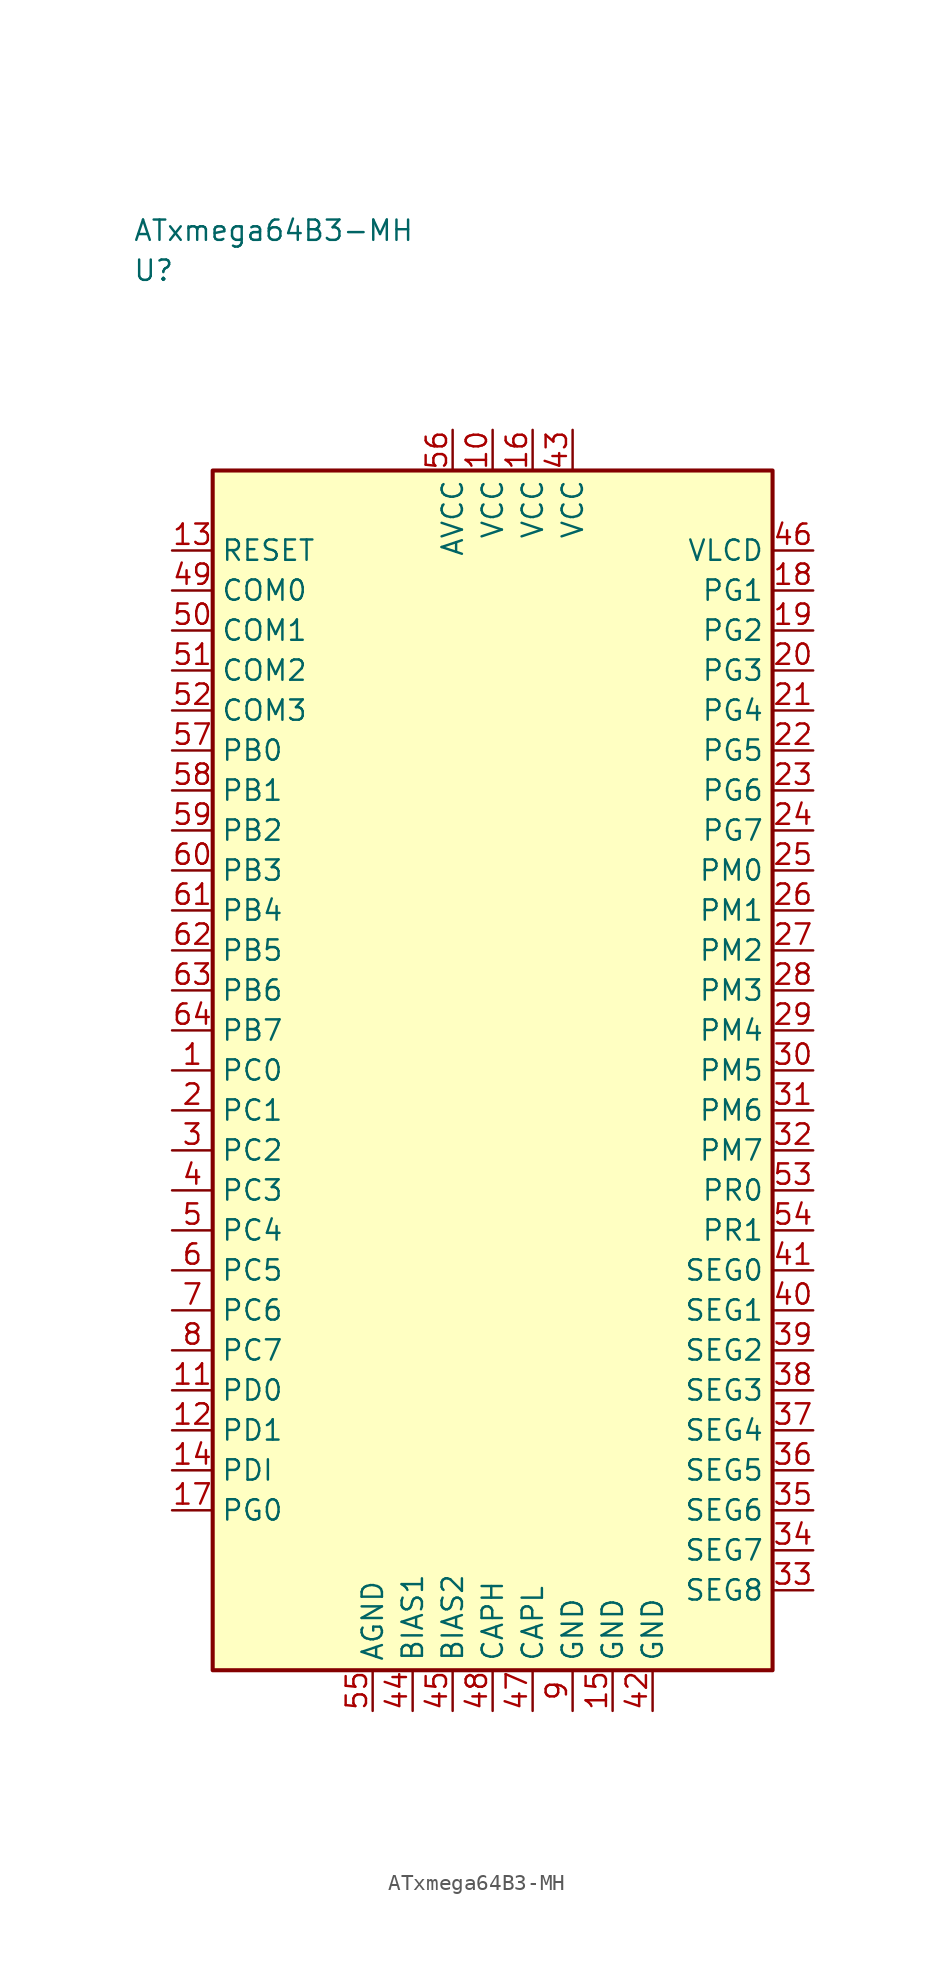
<source format=kicad_sym>
(kicad_symbol_lib
  (version 20241025)
  (generator "kicad_symbol_editor")
  (generator_version "8.0")
  (symbol "ATxmega64B3-MH"
    (property "Reference" "U"
      (at -22.5 50.0 0)
      (effects (font (size 1.27 1.27)) (justify left)))
    (property "Value" "ATxmega64B3-MH"
      (at -22.5 52.5 0)
      (effects (font (size 1.27 1.27)) (justify left)))
    (symbol "ATxmega64B3-MH_0_1"
      (rectangle (start -17.5 37.5) (end 17.5 -37.5) (stroke (width 0.254) (type default)) (fill (type background))))
    (symbol "ATxmega64B3-MH_1_1"
      (pin bidirectional line (at -20.04 0.0 0.0) (length 2.54) (name "PC0" (effects (font (size 1.27 1.27)))) (number "1" (effects (font (size 1.27 1.27)))))
      (pin bidirectional line (at -20.04 -2.5 0.0) (length 2.54) (name "PC1" (effects (font (size 1.27 1.27)))) (number "2" (effects (font (size 1.27 1.27)))))
      (pin bidirectional line (at -20.04 -5.0 0.0) (length 2.54) (name "PC2" (effects (font (size 1.27 1.27)))) (number "3" (effects (font (size 1.27 1.27)))))
      (pin bidirectional line (at -20.04 -7.5 0.0) (length 2.54) (name "PC3" (effects (font (size 1.27 1.27)))) (number "4" (effects (font (size 1.27 1.27)))))
      (pin bidirectional line (at -20.04 -10.0 0.0) (length 2.54) (name "PC4" (effects (font (size 1.27 1.27)))) (number "5" (effects (font (size 1.27 1.27)))))
      (pin bidirectional line (at -20.04 -12.5 0.0) (length 2.54) (name "PC5" (effects (font (size 1.27 1.27)))) (number "6" (effects (font (size 1.27 1.27)))))
      (pin bidirectional line (at -20.04 -15.0 0.0) (length 2.54) (name "PC6" (effects (font (size 1.27 1.27)))) (number "7" (effects (font (size 1.27 1.27)))))
      (pin bidirectional line (at -20.04 -17.5 0.0) (length 2.54) (name "PC7" (effects (font (size 1.27 1.27)))) (number "8" (effects (font (size 1.27 1.27)))))
      (pin passive line (at 5.0 -40.04 90.0) (length 2.54) (name "GND" (effects (font (size 1.27 1.27)))) (number "9" (effects (font (size 1.27 1.27)))))
      (pin power_in line (at 0.0 40.04 270.0) (length 2.54) (name "VCC" (effects (font (size 1.27 1.27)))) (number "10" (effects (font (size 1.27 1.27)))))
      (pin bidirectional line (at -20.04 -20.0 0.0) (length 2.54) (name "PD0" (effects (font (size 1.27 1.27)))) (number "11" (effects (font (size 1.27 1.27)))))
      (pin bidirectional line (at -20.04 -22.5 0.0) (length 2.54) (name "PD1" (effects (font (size 1.27 1.27)))) (number "12" (effects (font (size 1.27 1.27)))))
      (pin input line (at -20.04 32.5 0.0) (length 2.54) (name "RESET" (effects (font (size 1.27 1.27)))) (number "13" (effects (font (size 1.27 1.27)))))
      (pin bidirectional line (at -20.04 -25.0 0.0) (length 2.54) (name "PDI" (effects (font (size 1.27 1.27)))) (number "14" (effects (font (size 1.27 1.27)))))
      (pin passive line (at 7.5 -40.04 90.0) (length 2.54) (name "GND" (effects (font (size 1.27 1.27)))) (number "15" (effects (font (size 1.27 1.27)))))
      (pin power_in line (at 2.5 40.04 270.0) (length 2.54) (name "VCC" (effects (font (size 1.27 1.27)))) (number "16" (effects (font (size 1.27 1.27)))))
      (pin bidirectional line (at -20.04 -27.5 0.0) (length 2.54) (name "PG0" (effects (font (size 1.27 1.27)))) (number "17" (effects (font (size 1.27 1.27)))))
      (pin bidirectional line (at 20.04 30.0 180.0) (length 2.54) (name "PG1" (effects (font (size 1.27 1.27)))) (number "18" (effects (font (size 1.27 1.27)))))
      (pin bidirectional line (at 20.04 27.5 180.0) (length 2.54) (name "PG2" (effects (font (size 1.27 1.27)))) (number "19" (effects (font (size 1.27 1.27)))))
      (pin bidirectional line (at 20.04 25.0 180.0) (length 2.54) (name "PG3" (effects (font (size 1.27 1.27)))) (number "20" (effects (font (size 1.27 1.27)))))
      (pin bidirectional line (at 20.04 22.5 180.0) (length 2.54) (name "PG4" (effects (font (size 1.27 1.27)))) (number "21" (effects (font (size 1.27 1.27)))))
      (pin bidirectional line (at 20.04 20.0 180.0) (length 2.54) (name "PG5" (effects (font (size 1.27 1.27)))) (number "22" (effects (font (size 1.27 1.27)))))
      (pin bidirectional line (at 20.04 17.5 180.0) (length 2.54) (name "PG6" (effects (font (size 1.27 1.27)))) (number "23" (effects (font (size 1.27 1.27)))))
      (pin bidirectional line (at 20.04 15.0 180.0) (length 2.54) (name "PG7" (effects (font (size 1.27 1.27)))) (number "24" (effects (font (size 1.27 1.27)))))
      (pin bidirectional line (at 20.04 12.5 180.0) (length 2.54) (name "PM0" (effects (font (size 1.27 1.27)))) (number "25" (effects (font (size 1.27 1.27)))))
      (pin bidirectional line (at 20.04 10.0 180.0) (length 2.54) (name "PM1" (effects (font (size 1.27 1.27)))) (number "26" (effects (font (size 1.27 1.27)))))
      (pin bidirectional line (at 20.04 7.5 180.0) (length 2.54) (name "PM2" (effects (font (size 1.27 1.27)))) (number "27" (effects (font (size 1.27 1.27)))))
      (pin bidirectional line (at 20.04 5.0 180.0) (length 2.54) (name "PM3" (effects (font (size 1.27 1.27)))) (number "28" (effects (font (size 1.27 1.27)))))
      (pin bidirectional line (at 20.04 2.5 180.0) (length 2.54) (name "PM4" (effects (font (size 1.27 1.27)))) (number "29" (effects (font (size 1.27 1.27)))))
      (pin bidirectional line (at 20.04 0.0 180.0) (length 2.54) (name "PM5" (effects (font (size 1.27 1.27)))) (number "30" (effects (font (size 1.27 1.27)))))
      (pin bidirectional line (at 20.04 -2.5 180.0) (length 2.54) (name "PM6" (effects (font (size 1.27 1.27)))) (number "31" (effects (font (size 1.27 1.27)))))
      (pin bidirectional line (at 20.04 -5.0 180.0) (length 2.54) (name "PM7" (effects (font (size 1.27 1.27)))) (number "32" (effects (font (size 1.27 1.27)))))
      (pin bidirectional line (at 20.04 -32.5 180.0) (length 2.54) (name "SEG8" (effects (font (size 1.27 1.27)))) (number "33" (effects (font (size 1.27 1.27)))))
      (pin bidirectional line (at 20.04 -30.0 180.0) (length 2.54) (name "SEG7" (effects (font (size 1.27 1.27)))) (number "34" (effects (font (size 1.27 1.27)))))
      (pin bidirectional line (at 20.04 -27.5 180.0) (length 2.54) (name "SEG6" (effects (font (size 1.27 1.27)))) (number "35" (effects (font (size 1.27 1.27)))))
      (pin bidirectional line (at 20.04 -25.0 180.0) (length 2.54) (name "SEG5" (effects (font (size 1.27 1.27)))) (number "36" (effects (font (size 1.27 1.27)))))
      (pin bidirectional line (at 20.04 -22.5 180.0) (length 2.54) (name "SEG4" (effects (font (size 1.27 1.27)))) (number "37" (effects (font (size 1.27 1.27)))))
      (pin bidirectional line (at 20.04 -20.0 180.0) (length 2.54) (name "SEG3" (effects (font (size 1.27 1.27)))) (number "38" (effects (font (size 1.27 1.27)))))
      (pin bidirectional line (at 20.04 -17.5 180.0) (length 2.54) (name "SEG2" (effects (font (size 1.27 1.27)))) (number "39" (effects (font (size 1.27 1.27)))))
      (pin bidirectional line (at 20.04 -15.0 180.0) (length 2.54) (name "SEG1" (effects (font (size 1.27 1.27)))) (number "40" (effects (font (size 1.27 1.27)))))
      (pin bidirectional line (at 20.04 -12.5 180.0) (length 2.54) (name "SEG0" (effects (font (size 1.27 1.27)))) (number "41" (effects (font (size 1.27 1.27)))))
      (pin passive line (at 10.0 -40.04 90.0) (length 2.54) (name "GND" (effects (font (size 1.27 1.27)))) (number "42" (effects (font (size 1.27 1.27)))))
      (pin power_in line (at 5.0 40.04 270.0) (length 2.54) (name "VCC" (effects (font (size 1.27 1.27)))) (number "43" (effects (font (size 1.27 1.27)))))
      (pin passive line (at -5.0 -40.04 90.0) (length 2.54) (name "BIAS1" (effects (font (size 1.27 1.27)))) (number "44" (effects (font (size 1.27 1.27)))))
      (pin passive line (at -2.5 -40.04 90.0) (length 2.54) (name "BIAS2" (effects (font (size 1.27 1.27)))) (number "45" (effects (font (size 1.27 1.27)))))
      (pin output line (at 20.04 32.5 180.0) (length 2.54) (name "VLCD" (effects (font (size 1.27 1.27)))) (number "46" (effects (font (size 1.27 1.27)))))
      (pin passive line (at 2.5 -40.04 90.0) (length 2.54) (name "CAPL" (effects (font (size 1.27 1.27)))) (number "47" (effects (font (size 1.27 1.27)))))
      (pin passive line (at 0.0 -40.04 90.0) (length 2.54) (name "CAPH" (effects (font (size 1.27 1.27)))) (number "48" (effects (font (size 1.27 1.27)))))
      (pin bidirectional line (at -20.04 30.0 0.0) (length 2.54) (name "COM0" (effects (font (size 1.27 1.27)))) (number "49" (effects (font (size 1.27 1.27)))))
      (pin bidirectional line (at -20.04 27.5 0.0) (length 2.54) (name "COM1" (effects (font (size 1.27 1.27)))) (number "50" (effects (font (size 1.27 1.27)))))
      (pin bidirectional line (at -20.04 25.0 0.0) (length 2.54) (name "COM2" (effects (font (size 1.27 1.27)))) (number "51" (effects (font (size 1.27 1.27)))))
      (pin bidirectional line (at -20.04 22.5 0.0) (length 2.54) (name "COM3" (effects (font (size 1.27 1.27)))) (number "52" (effects (font (size 1.27 1.27)))))
      (pin bidirectional line (at 20.04 -7.5 180.0) (length 2.54) (name "PR0" (effects (font (size 1.27 1.27)))) (number "53" (effects (font (size 1.27 1.27)))))
      (pin bidirectional line (at 20.04 -10.0 180.0) (length 2.54) (name "PR1" (effects (font (size 1.27 1.27)))) (number "54" (effects (font (size 1.27 1.27)))))
      (pin passive line (at -7.5 -40.04 90.0) (length 2.54) (name "AGND" (effects (font (size 1.27 1.27)))) (number "55" (effects (font (size 1.27 1.27)))))
      (pin power_in line (at -2.5 40.04 270.0) (length 2.54) (name "AVCC" (effects (font (size 1.27 1.27)))) (number "56" (effects (font (size 1.27 1.27)))))
      (pin bidirectional line (at -20.04 20.0 0.0) (length 2.54) (name "PB0" (effects (font (size 1.27 1.27)))) (number "57" (effects (font (size 1.27 1.27)))))
      (pin bidirectional line (at -20.04 17.5 0.0) (length 2.54) (name "PB1" (effects (font (size 1.27 1.27)))) (number "58" (effects (font (size 1.27 1.27)))))
      (pin bidirectional line (at -20.04 15.0 0.0) (length 2.54) (name "PB2" (effects (font (size 1.27 1.27)))) (number "59" (effects (font (size 1.27 1.27)))))
      (pin bidirectional line (at -20.04 12.5 0.0) (length 2.54) (name "PB3" (effects (font (size 1.27 1.27)))) (number "60" (effects (font (size 1.27 1.27)))))
      (pin bidirectional line (at -20.04 10.0 0.0) (length 2.54) (name "PB4" (effects (font (size 1.27 1.27)))) (number "61" (effects (font (size 1.27 1.27)))))
      (pin bidirectional line (at -20.04 7.5 0.0) (length 2.54) (name "PB5" (effects (font (size 1.27 1.27)))) (number "62" (effects (font (size 1.27 1.27)))))
      (pin bidirectional line (at -20.04 5.0 0.0) (length 2.54) (name "PB6" (effects (font (size 1.27 1.27)))) (number "63" (effects (font (size 1.27 1.27)))))
      (pin bidirectional line (at -20.04 2.5 0.0) (length 2.54) (name "PB7" (effects (font (size 1.27 1.27)))) (number "64" (effects (font (size 1.27 1.27))))))))
</source>
